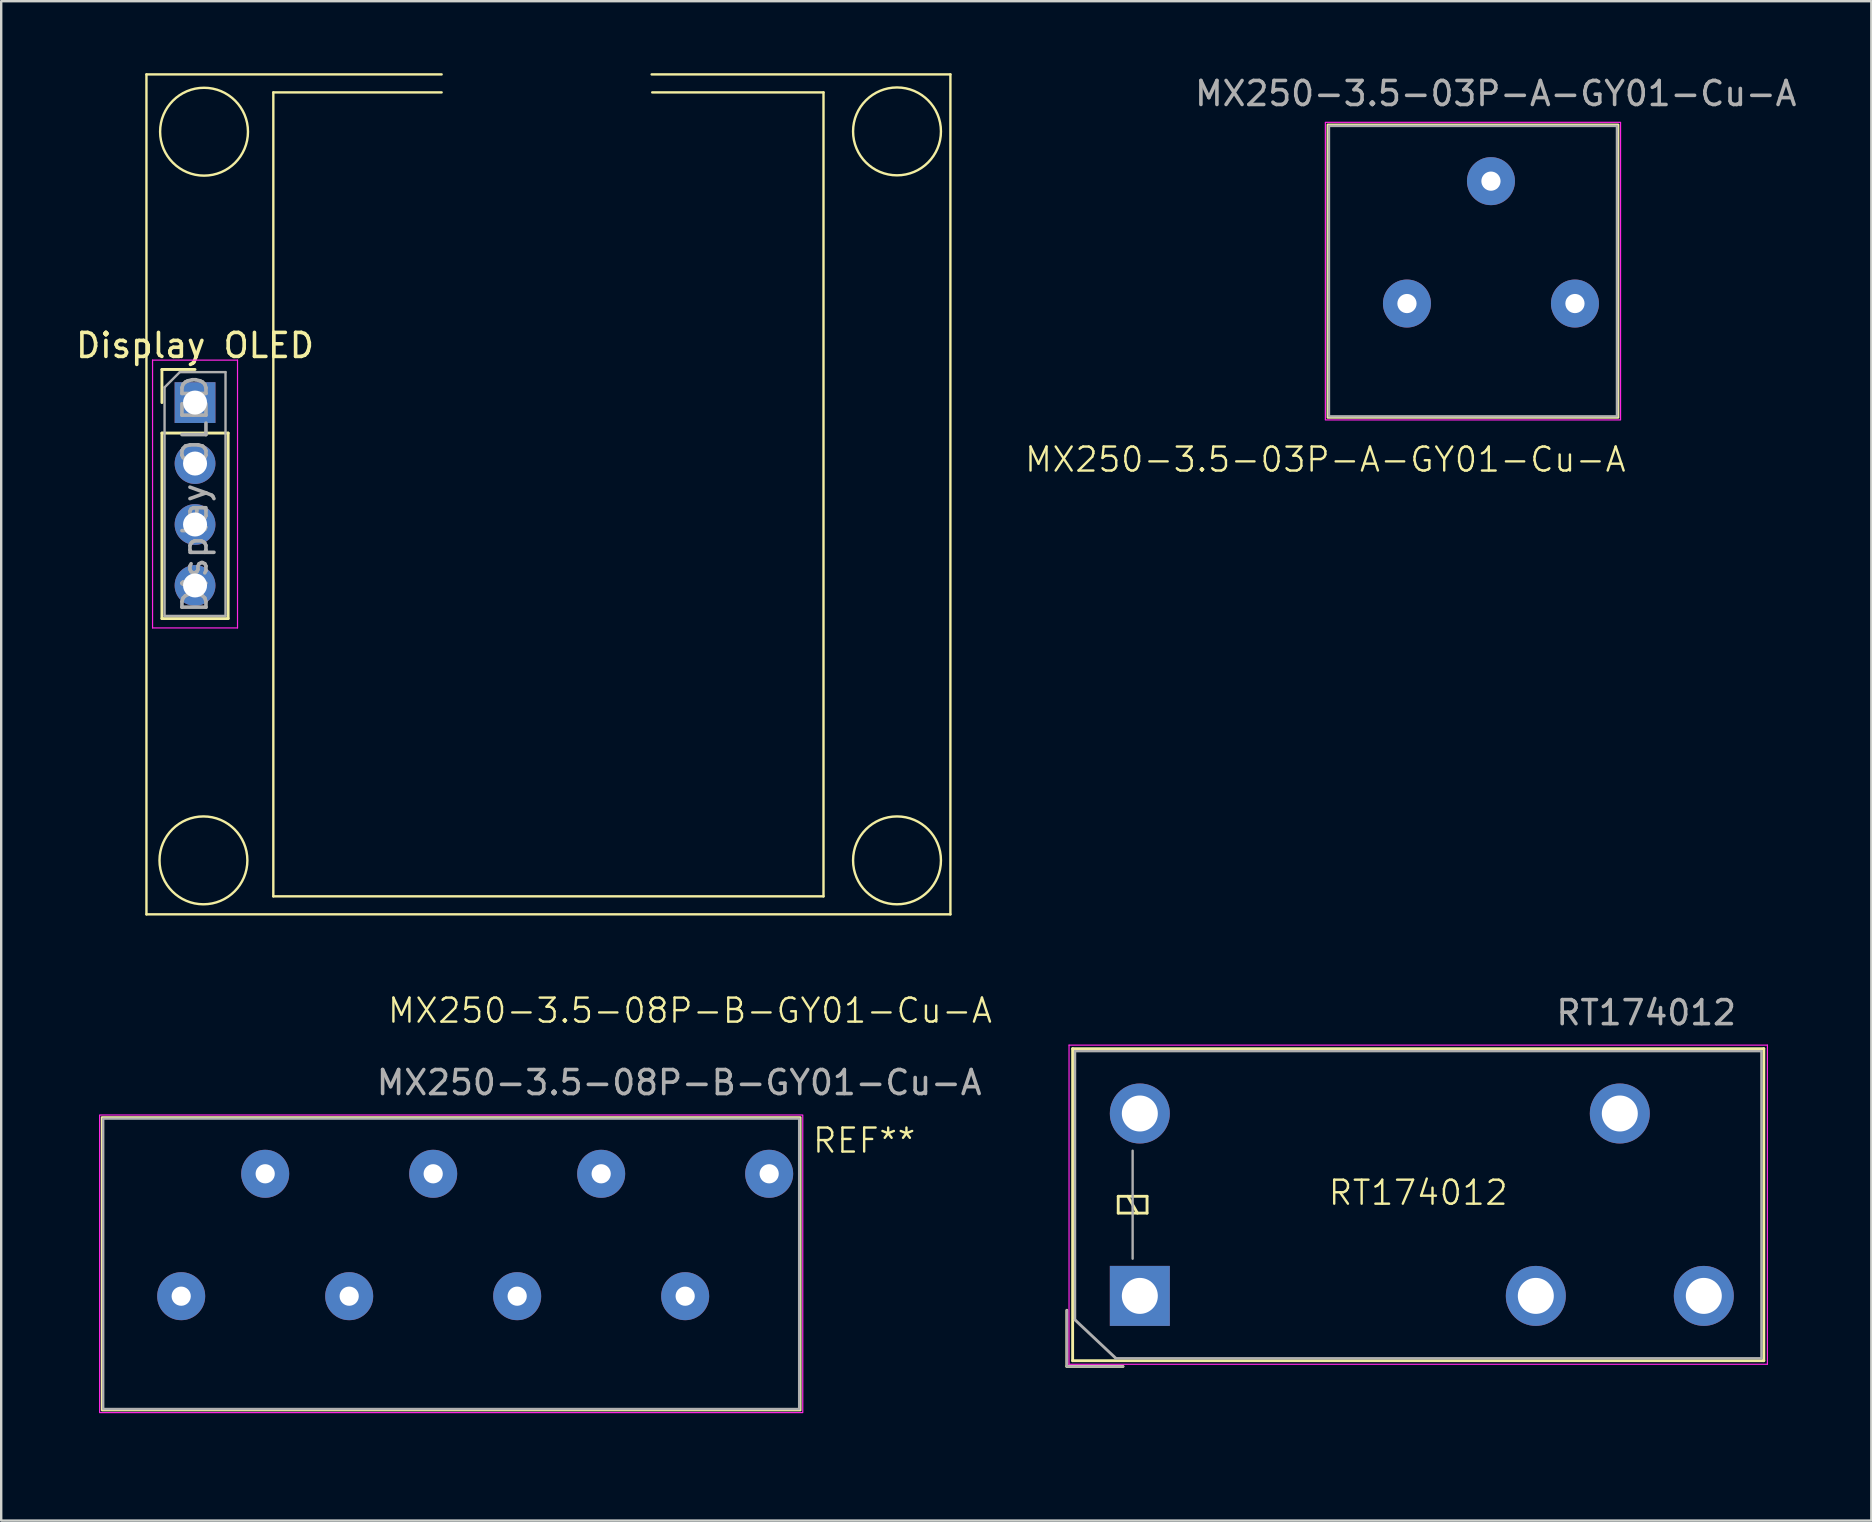
<source format=kicad_pcb>
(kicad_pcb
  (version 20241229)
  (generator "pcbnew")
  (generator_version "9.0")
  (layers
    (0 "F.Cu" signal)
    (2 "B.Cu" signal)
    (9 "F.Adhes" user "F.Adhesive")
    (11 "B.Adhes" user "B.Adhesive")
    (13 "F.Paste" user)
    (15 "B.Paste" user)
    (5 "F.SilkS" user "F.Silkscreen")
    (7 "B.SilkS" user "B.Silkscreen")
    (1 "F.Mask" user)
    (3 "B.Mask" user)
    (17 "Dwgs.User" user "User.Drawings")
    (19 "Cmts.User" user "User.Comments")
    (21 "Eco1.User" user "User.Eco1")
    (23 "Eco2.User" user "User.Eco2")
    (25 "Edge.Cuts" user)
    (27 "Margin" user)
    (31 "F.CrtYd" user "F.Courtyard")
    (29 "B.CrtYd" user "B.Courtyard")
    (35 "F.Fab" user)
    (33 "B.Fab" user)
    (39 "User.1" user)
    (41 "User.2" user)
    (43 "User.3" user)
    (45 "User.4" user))
  (footprint "MX250-3.5-03P-A-GY01-Cu-A"
    (layer "F.Cu")
    (at 51.726 16.398)
    (property "Reference" "MX250-3.5-03P-A-GY01-Cu-A" (at 0.45 -0.3 0) (unlocked yes) (layer "F.SilkS") (effects (font (size 1 1) (thickness 0.1))))
    (attr through_hole)
    (fp_rect (start 0.55 -14.25) (end 12.65 -2.05) (stroke (width 0.1) (type solid)) (fill no) (layer "F.SilkS"))
    (fp_rect (start 0.45 -14.35) (end 12.75 -1.95) (stroke (width 0.05) (type default)) (fill no) (layer "F.CrtYd"))
    (fp_rect (start 0.6 -14.2) (end 12.6 -2.1) (stroke (width 0.1) (type solid)) (fill no) (layer "F.Fab"))
    (fp_text user "${REFERENCE}" (at 7.55 -15.55 0) (unlocked yes) (layer "F.Fab") (effects (font (size 1 1) (thickness 0.15))))
    (pad "1" thru_hole circle (at 3.85 -6.8) (size 2 2) (drill 0.8) (layers "*.Cu" "*.Mask"))
    (pad "2" thru_hole circle (at 7.35 -11.9) (size 2 2) (drill 0.8) (layers "*.Cu" "*.Mask"))
    (pad "3" thru_hole circle (at 10.85 -6.8) (size 2 2) (drill 0.8) (layers "*.Cu" "*.Mask")))
  (footprint "MX250-3.5-08P-B-GY01-Cu-A"
    (layer "F.Cu")
    (at 0.25 57.06)
    (property "Reference" "MX250-3.5-08P-B-GY01-Cu-A" (at 25.45 -18 0) (unlocked yes) (layer "F.SilkS") (effects (font (size 1 1) (thickness 0.1))))
    (attr through_hole)
    (fp_rect (start 0.95 -13.55) (end 30.05 -1.35) (stroke (width 0.1) (type default)) (fill no) (layer "F.SilkS"))
    (fp_rect (start 0.85 -13.65) (end 30.15 -1.25) (stroke (width 0.05) (type default)) (fill no) (layer "F.CrtYd"))
    (fp_rect (start 1 -13.5) (end 30 -1.4) (stroke (width 0.1) (type default)) (fill no) (layer "F.Fab"))
    (fp_text user "REF**" (at 30.5 -12 0) (unlocked yes) (layer "F.SilkS") (effects (font (size 1 1) (thickness 0.1)) (justify left bottom)))
    (fp_text user "${REFERENCE}" (at 25 -15 0) (unlocked yes) (layer "F.Fab") (effects (font (size 1 1) (thickness 0.15))))
    (pad "1" thru_hole circle (at 4.25 -6.1) (size 2 2) (drill 0.8) (layers "*.Cu" "*.Mask"))
    (pad "2" thru_hole circle (at 7.75 -11.2) (size 2 2) (drill 0.8) (layers "*.Cu" "*.Mask"))
    (pad "3" thru_hole circle (at 11.25 -6.1) (size 2 2) (drill 0.8) (layers "*.Cu" "*.Mask"))
    (pad "4" thru_hole circle (at 14.75 -11.2) (size 2 2) (drill 0.8) (layers "*.Cu" "*.Mask"))
    (pad "5" thru_hole circle (at 18.25 -6.1) (size 2 2) (drill 0.8) (layers "*.Cu" "*.Mask"))
    (pad "6" thru_hole circle (at 21.75 -11.2) (size 2 2) (drill 0.8) (layers "*.Cu" "*.Mask"))
    (pad "7" thru_hole circle (at 25.25 -6.1) (size 2 2) (drill 0.8) (layers "*.Cu" "*.Mask"))
    (pad "8" thru_hole circle (at 28.75 -11.2) (size 2 2) (drill 0.8) (layers "*.Cu" "*.Mask")))
  (footprint "RT174012"
    (layer "F.Cu")
    (at 56.045 47.148)
    (property "Reference" "RT174012" (at 0 -0.5 0) (unlocked yes) (layer "F.SilkS") (effects (font (size 1 1) (thickness 0.1))))
    (attr through_hole)
    (fp_line (start -14.64 6.74) (end -14.64 4.4) (stroke (width 0.12) (type solid)) (layer "F.SilkS"))
    (fp_line (start -14.4 -6.5) (end -14.4 6.5) (stroke (width 0.12) (type solid)) (layer "F.SilkS"))
    (fp_line (start -14.4 6.5) (end 14.4 6.5) (stroke (width 0.12) (type solid)) (layer "F.SilkS"))
    (fp_line (start -12.5 -0.35) (end -12.5 0.35) (stroke (width 0.12) (type solid)) (layer "F.SilkS"))
    (fp_line (start -12.5 0.35) (end -11.3 0.35) (stroke (width 0.12) (type solid)) (layer "F.SilkS"))
    (fp_line (start -12.3 6.74) (end -14.64 6.74) (stroke (width 0.12) (type solid)) (layer "F.SilkS"))
    (fp_line (start -11.7 0.35) (end -12.1 -0.35) (stroke (width 0.12) (type solid)) (layer "F.SilkS"))
    (fp_line (start -11.3 -0.35) (end -12.5 -0.35) (stroke (width 0.12) (type solid)) (layer "F.SilkS"))
    (fp_line (start -11.3 0.35) (end -11.3 -0.35) (stroke (width 0.12) (type solid)) (layer "F.SilkS"))
    (fp_line (start 14.4 -6.5) (end -14.4 -6.5) (stroke (width 0.12) (type solid)) (layer "F.SilkS"))
    (fp_line (start 14.4 6.5) (end 14.4 -6.5) (stroke (width 0.12) (type solid)) (layer "F.SilkS"))
    (fp_line (start -14.55 -6.65) (end -14.55 6.65) (stroke (width 0.05) (type solid)) (layer "F.CrtYd"))
    (fp_line (start -14.55 6.65) (end 14.55 6.65) (stroke (width 0.05) (type solid)) (layer "F.CrtYd"))
    (fp_line (start 14.55 -6.65) (end -14.55 -6.65) (stroke (width 0.05) (type solid)) (layer "F.CrtYd"))
    (fp_line (start 14.55 6.65) (end 14.55 -6.65) (stroke (width 0.05) (type solid)) (layer "F.CrtYd"))
    (fp_line (start -14.64 6.74) (end -14.64 4.4) (stroke (width 0.1) (type solid)) (layer "F.Fab"))
    (fp_line (start -14.3 -6.4) (end -14.3 4.8) (stroke (width 0.1) (type solid)) (layer "F.Fab"))
    (fp_line (start -12.6 6.4) (end -14.3 4.8) (stroke (width 0.12) (type solid)) (layer "F.Fab"))
    (fp_line (start -12.6 6.4) (end 14.3 6.4) (stroke (width 0.1) (type solid)) (layer "F.Fab"))
    (fp_line (start -12.3 6.74) (end -14.64 6.74) (stroke (width 0.1) (type solid)) (layer "F.Fab"))
    (fp_line (start -11.9 2.25) (end -11.9 -2.25) (stroke (width 0.1) (type solid)) (layer "F.Fab"))
    (fp_line (start 14.3 -6.4) (end -14.3 -6.4) (stroke (width 0.1) (type solid)) (layer "F.Fab"))
    (fp_line (start 14.3 6.4) (end 14.3 -6.4) (stroke (width 0.1) (type solid)) (layer "F.Fab"))
    (fp_text user "${REFERENCE}" (at 9.5 -8 180) (layer "F.Fab") (effects (font (size 1 1) (thickness 0.15))))
    (pad "1" thru_hole oval (at 8.4 -3.8 90) (size 2.5 2.5) (drill 1.5) (layers "*.Cu" "*.Mask"))
    (pad "2" thru_hole oval (at -11.6 -3.8 90) (size 2.5 2.5) (drill 1.5) (layers "*.Cu" "*.Mask"))
    (pad "3" thru_hole oval (at 11.9 3.8 90) (size 2.5 2.5) (drill 1.5) (layers "*.Cu" "*.Mask"))
    (pad "4" thru_hole oval (at 4.9 3.8 90) (size 2.5 2.5) (drill 1.5) (layers "*.Cu" "*.Mask"))
    (pad "5" thru_hole rect (at -11.6 3.8 90) (size 2.5 2.5) (drill 1.5) (layers "*.Cu" "*.Mask")))
  (footprint "Display OLED"
    (layer "F.Cu")
    (at 3.052 35.05)
    (property "Reference" "Display OLED" (at 2.025 -23.705 0) (layer "F.SilkS") (effects (font (size 1 1) (thickness 0.15))))
    (attr through_hole)
    (fp_line (start 0 -35) (end 0 0) (stroke (width 0.1) (type default)) (layer "F.SilkS"))
    (fp_line (start 0 -35) (end 12.3 -35) (stroke (width 0.1) (type default)) (layer "F.SilkS"))
    (fp_line (start 0.645 -22.705) (end 2.025 -22.705) (stroke (width 0.12) (type solid)) (layer "F.SilkS"))
    (fp_line (start 0.645 -21.325) (end 0.645 -22.705) (stroke (width 0.12) (type solid)) (layer "F.SilkS"))
    (fp_line (start 0.645 -20.055) (end 0.645 -12.325) (stroke (width 0.12) (type solid)) (layer "F.SilkS"))
    (fp_line (start 0.645 -20.055) (end 3.405 -20.055) (stroke (width 0.12) (type solid)) (layer "F.SilkS"))
    (fp_line (start 0.645 -12.325) (end 3.405 -12.325) (stroke (width 0.12) (type solid)) (layer "F.SilkS"))
    (fp_line (start 3.405 -20.055) (end 3.405 -12.325) (stroke (width 0.12) (type solid)) (layer "F.SilkS"))
    (fp_line (start 5.287 -34.25) (end 5.287 -0.75) (stroke (width 0.1) (type default)) (layer "F.SilkS"))
    (fp_line (start 5.287 -34.25) (end 12.3 -34.25) (stroke (width 0.1) (type default)) (layer "F.SilkS"))
    (fp_line (start 28.212 -34.25) (end 21.075 -34.25) (stroke (width 0.1) (type default)) (layer "F.SilkS"))
    (fp_line (start 28.212 -34.25) (end 28.212 -0.75) (stroke (width 0.1) (type default)) (layer "F.SilkS"))
    (fp_line (start 28.212 -0.75) (end 5.287 -0.75) (stroke (width 0.1) (type default)) (layer "F.SilkS"))
    (fp_line (start 33.5 -35) (end 21.05 -35) (stroke (width 0.1) (type default)) (layer "F.SilkS"))
    (fp_line (start 33.5 -35) (end 33.5 0) (stroke (width 0.1) (type default)) (layer "F.SilkS"))
    (fp_line (start 33.5 0) (end 0 0) (stroke (width 0.1) (type default)) (layer "F.SilkS"))
    (fp_circle (center 2.375 -2.25) (end 0.65 -2.863) (stroke (width 0.1) (type default)) (fill no) (layer "F.SilkS"))
    (fp_circle (center 2.4 -32.612) (end 0.675 -33.225) (stroke (width 0.1) (type default)) (fill no) (layer "F.SilkS"))
    (fp_circle (center 31.275 -32.625) (end 29.55 -33.238) (stroke (width 0.1) (type default)) (fill no) (layer "F.SilkS"))
    (fp_circle (center 31.275 -2.25) (end 29.55 -2.863) (stroke (width 0.1) (type default)) (fill no) (layer "F.SilkS"))
    (fp_line (start 0.255 -23.095) (end 0.255 -11.935) (stroke (width 0.05) (type solid)) (layer "F.CrtYd"))
    (fp_line (start 0.255 -11.935) (end 3.795 -11.935) (stroke (width 0.05) (type solid)) (layer "F.CrtYd"))
    (fp_line (start 3.795 -23.095) (end 0.255 -23.095) (stroke (width 0.05) (type solid)) (layer "F.CrtYd"))
    (fp_line (start 3.795 -11.935) (end 3.795 -23.095) (stroke (width 0.05) (type solid)) (layer "F.CrtYd"))
    (fp_line (start 0.755 -21.96) (end 1.39 -22.595) (stroke (width 0.1) (type solid)) (layer "F.Fab"))
    (fp_line (start 0.755 -12.435) (end 0.755 -21.96) (stroke (width 0.1) (type solid)) (layer "F.Fab"))
    (fp_line (start 1.39 -22.595) (end 3.295 -22.595) (stroke (width 0.1) (type solid)) (layer "F.Fab"))
    (fp_line (start 3.295 -22.595) (end 3.295 -12.435) (stroke (width 0.1) (type solid)) (layer "F.Fab"))
    (fp_line (start 3.295 -12.435) (end 0.755 -12.435) (stroke (width 0.1) (type solid)) (layer "F.Fab"))
    (fp_text user "${REFERENCE}" (at 2.025 -17.515 90) (layer "F.Fab") (effects (font (size 1 1) (thickness 0.15))))
    (pad "1" thru_hole rect (at 2.025 -21.325) (size 1.7 1.7) (drill 1) (layers "*.Cu" "*.Mask"))
    (pad "2" thru_hole circle (at 2.025 -18.785) (size 1.7 1.7) (drill 1) (layers "*.Cu" "*.Mask"))
    (pad "3" thru_hole circle (at 2.025 -16.245) (size 1.7 1.7) (drill 1) (layers "*.Cu" "*.Mask"))
    (pad "4" thru_hole circle (at 2.025 -13.705) (size 1.7 1.7) (drill 1) (layers "*.Cu" "*.Mask")))
  (gr_rect
    (start -3 -3)
    (end 74.925 60.31)
    (stroke (width 0.1) (type default))
    (fill no)
    (layer "Edge.Cuts")))
</source>
